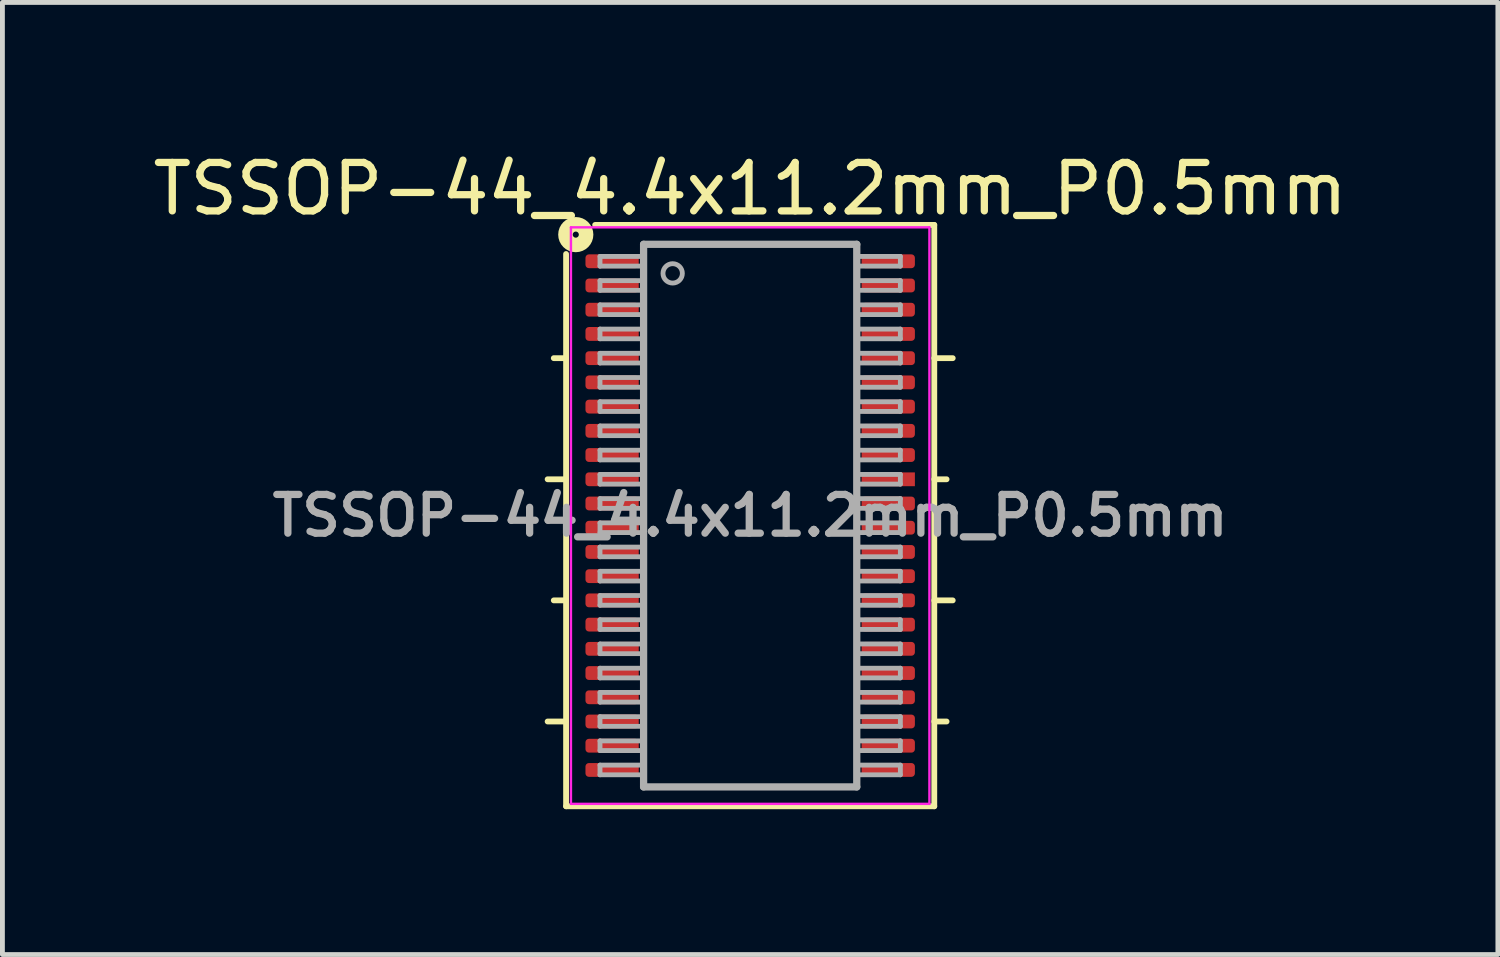
<source format=kicad_pcb>
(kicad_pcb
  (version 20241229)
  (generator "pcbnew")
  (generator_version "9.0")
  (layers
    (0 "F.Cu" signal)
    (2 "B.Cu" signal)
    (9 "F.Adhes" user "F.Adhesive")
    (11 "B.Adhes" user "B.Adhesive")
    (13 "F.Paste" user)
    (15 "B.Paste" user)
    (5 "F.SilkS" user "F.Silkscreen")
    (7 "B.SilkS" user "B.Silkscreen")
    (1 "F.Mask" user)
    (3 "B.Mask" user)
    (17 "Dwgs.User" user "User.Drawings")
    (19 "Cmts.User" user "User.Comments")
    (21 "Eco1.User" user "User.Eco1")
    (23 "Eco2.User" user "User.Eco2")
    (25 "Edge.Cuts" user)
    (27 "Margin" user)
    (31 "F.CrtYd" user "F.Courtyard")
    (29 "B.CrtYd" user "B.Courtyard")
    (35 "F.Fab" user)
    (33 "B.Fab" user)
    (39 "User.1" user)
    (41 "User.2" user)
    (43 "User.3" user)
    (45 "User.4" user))
  (footprint "TSSOP-44_4.4x11.2mm_P0.5mm"
    (layer "F.Cu")
    (at 12.435 7.593)
    (property "Reference" "TSSOP-44_4.4x11.2mm_P0.5mm" (at 0 -6.745 0) (layer "F.SilkS") (effects (font (size 1 1) (thickness 0.15))))
    (attr smd)
    (fp_line (start -4.181 -0.75) (end -3.8 -0.75) (stroke (width 0.12) (type solid)) (layer "F.SilkS"))
    (fp_line (start -4.181 4.25) (end -3.8 4.25) (stroke (width 0.12) (type solid)) (layer "F.SilkS"))
    (fp_line (start -4.054 -3.25) (end -3.8 -3.25) (stroke (width 0.12) (type solid)) (layer "F.SilkS"))
    (fp_line (start -4.054 1.75) (end -3.8 1.75) (stroke (width 0.12) (type solid)) (layer "F.SilkS"))
    (fp_line (start -3.8 -5.4) (end -3.8 6) (stroke (width 0.12) (type solid)) (layer "F.SilkS"))
    (fp_line (start -3.8 6) (end 3.8 6) (stroke (width 0.12) (type solid)) (layer "F.SilkS"))
    (fp_line (start 3.8 -6) (end -3.2 -6) (stroke (width 0.12) (type solid)) (layer "F.SilkS"))
    (fp_line (start 3.8 -3.25) (end 4.181 -3.25) (stroke (width 0.12) (type solid)) (layer "F.SilkS"))
    (fp_line (start 3.8 -0.75) (end 4.054 -0.75) (stroke (width 0.12) (type solid)) (layer "F.SilkS"))
    (fp_line (start 3.8 1.75) (end 4.181 1.75) (stroke (width 0.12) (type solid)) (layer "F.SilkS"))
    (fp_line (start 3.8 4.25) (end 4.054 4.25) (stroke (width 0.12) (type solid)) (layer "F.SilkS"))
    (fp_line (start 3.8 6) (end 3.8 -6) (stroke (width 0.12) (type solid)) (layer "F.SilkS"))
    (fp_circle (center -3.6 -5.8) (end -3.537 -5.8) (stroke (width 0.3) (type solid)) (fill no) (layer "F.SilkS"))
    (fp_line (start -3.7 -5.95) (end -3.7 5.95) (stroke (width 0.05) (type solid)) (layer "F.CrtYd"))
    (fp_line (start -3.7 -5.95) (end 3.7 -5.95) (stroke (width 0.05) (type solid)) (layer "F.CrtYd"))
    (fp_line (start -3.7 5.95) (end 3.7 5.95) (stroke (width 0.05) (type solid)) (layer "F.CrtYd"))
    (fp_line (start 3.7 -5.95) (end 3.7 5.95) (stroke (width 0.05) (type solid)) (layer "F.CrtYd"))
    (fp_line (start -3.1 -5.35) (end -3.1 -5.15) (stroke (width 0.1) (type solid)) (layer "F.Fab"))
    (fp_line (start -3.1 -5.15) (end -2.2 -5.15) (stroke (width 0.1) (type solid)) (layer "F.Fab"))
    (fp_line (start -3.1 -4.85) (end -3.1 -4.65) (stroke (width 0.1) (type solid)) (layer "F.Fab"))
    (fp_line (start -3.1 -4.65) (end -2.2 -4.65) (stroke (width 0.1) (type solid)) (layer "F.Fab"))
    (fp_line (start -3.1 -4.35) (end -3.1 -4.15) (stroke (width 0.1) (type solid)) (layer "F.Fab"))
    (fp_line (start -3.1 -4.15) (end -2.2 -4.15) (stroke (width 0.1) (type solid)) (layer "F.Fab"))
    (fp_line (start -3.1 -3.85) (end -3.1 -3.65) (stroke (width 0.1) (type solid)) (layer "F.Fab"))
    (fp_line (start -3.1 -3.65) (end -2.2 -3.65) (stroke (width 0.1) (type solid)) (layer "F.Fab"))
    (fp_line (start -3.1 -3.35) (end -3.1 -3.15) (stroke (width 0.1) (type solid)) (layer "F.Fab"))
    (fp_line (start -3.1 -3.15) (end -2.2 -3.15) (stroke (width 0.1) (type solid)) (layer "F.Fab"))
    (fp_line (start -3.1 -2.85) (end -3.1 -2.65) (stroke (width 0.1) (type solid)) (layer "F.Fab"))
    (fp_line (start -3.1 -2.65) (end -2.2 -2.65) (stroke (width 0.1) (type solid)) (layer "F.Fab"))
    (fp_line (start -3.1 -2.35) (end -3.1 -2.15) (stroke (width 0.1) (type solid)) (layer "F.Fab"))
    (fp_line (start -3.1 -2.15) (end -2.2 -2.15) (stroke (width 0.1) (type solid)) (layer "F.Fab"))
    (fp_line (start -3.1 -1.85) (end -3.1 -1.65) (stroke (width 0.1) (type solid)) (layer "F.Fab"))
    (fp_line (start -3.1 -1.65) (end -2.2 -1.65) (stroke (width 0.1) (type solid)) (layer "F.Fab"))
    (fp_line (start -3.1 -1.35) (end -3.1 -1.15) (stroke (width 0.1) (type solid)) (layer "F.Fab"))
    (fp_line (start -3.1 -1.15) (end -2.2 -1.15) (stroke (width 0.1) (type solid)) (layer "F.Fab"))
    (fp_line (start -3.1 -0.85) (end -3.1 -0.65) (stroke (width 0.1) (type solid)) (layer "F.Fab"))
    (fp_line (start -3.1 -0.65) (end -2.2 -0.65) (stroke (width 0.1) (type solid)) (layer "F.Fab"))
    (fp_line (start -3.1 -0.35) (end -3.1 -0.15) (stroke (width 0.1) (type solid)) (layer "F.Fab"))
    (fp_line (start -3.1 -0.15) (end -2.2 -0.15) (stroke (width 0.1) (type solid)) (layer "F.Fab"))
    (fp_line (start -3.1 0.15) (end -3.1 0.35) (stroke (width 0.1) (type solid)) (layer "F.Fab"))
    (fp_line (start -3.1 0.35) (end -2.2 0.35) (stroke (width 0.1) (type solid)) (layer "F.Fab"))
    (fp_line (start -3.1 0.65) (end -3.1 0.85) (stroke (width 0.1) (type solid)) (layer "F.Fab"))
    (fp_line (start -3.1 0.85) (end -2.2 0.85) (stroke (width 0.1) (type solid)) (layer "F.Fab"))
    (fp_line (start -3.1 1.15) (end -3.1 1.35) (stroke (width 0.1) (type solid)) (layer "F.Fab"))
    (fp_line (start -3.1 1.35) (end -2.2 1.35) (stroke (width 0.1) (type solid)) (layer "F.Fab"))
    (fp_line (start -3.1 1.65) (end -3.1 1.85) (stroke (width 0.1) (type solid)) (layer "F.Fab"))
    (fp_line (start -3.1 1.85) (end -2.2 1.85) (stroke (width 0.1) (type solid)) (layer "F.Fab"))
    (fp_line (start -3.1 2.15) (end -3.1 2.35) (stroke (width 0.1) (type solid)) (layer "F.Fab"))
    (fp_line (start -3.1 2.35) (end -2.2 2.35) (stroke (width 0.1) (type solid)) (layer "F.Fab"))
    (fp_line (start -3.1 2.65) (end -3.1 2.85) (stroke (width 0.1) (type solid)) (layer "F.Fab"))
    (fp_line (start -3.1 2.85) (end -2.2 2.85) (stroke (width 0.1) (type solid)) (layer "F.Fab"))
    (fp_line (start -3.1 3.15) (end -3.1 3.35) (stroke (width 0.1) (type solid)) (layer "F.Fab"))
    (fp_line (start -3.1 3.35) (end -2.2 3.35) (stroke (width 0.1) (type solid)) (layer "F.Fab"))
    (fp_line (start -3.1 3.65) (end -3.1 3.85) (stroke (width 0.1) (type solid)) (layer "F.Fab"))
    (fp_line (start -3.1 3.85) (end -2.2 3.85) (stroke (width 0.1) (type solid)) (layer "F.Fab"))
    (fp_line (start -3.1 4.15) (end -3.1 4.35) (stroke (width 0.1) (type solid)) (layer "F.Fab"))
    (fp_line (start -3.1 4.35) (end -2.2 4.35) (stroke (width 0.1) (type solid)) (layer "F.Fab"))
    (fp_line (start -3.1 4.65) (end -3.1 4.85) (stroke (width 0.1) (type solid)) (layer "F.Fab"))
    (fp_line (start -3.1 4.85) (end -2.2 4.85) (stroke (width 0.1) (type solid)) (layer "F.Fab"))
    (fp_line (start -3.1 5.15) (end -3.1 5.35) (stroke (width 0.1) (type solid)) (layer "F.Fab"))
    (fp_line (start -3.1 5.35) (end -2.2 5.35) (stroke (width 0.1) (type solid)) (layer "F.Fab"))
    (fp_line (start -2.2 -5.6) (end 2.2 -5.6) (stroke (width 0.15) (type solid)) (layer "F.Fab"))
    (fp_line (start -2.2 -5.35) (end -3.1 -5.35) (stroke (width 0.1) (type solid)) (layer "F.Fab"))
    (fp_line (start -2.2 -4.85) (end -3.1 -4.85) (stroke (width 0.1) (type solid)) (layer "F.Fab"))
    (fp_line (start -2.2 -4.35) (end -3.1 -4.35) (stroke (width 0.1) (type solid)) (layer "F.Fab"))
    (fp_line (start -2.2 -3.85) (end -3.1 -3.85) (stroke (width 0.1) (type solid)) (layer "F.Fab"))
    (fp_line (start -2.2 -3.35) (end -3.1 -3.35) (stroke (width 0.1) (type solid)) (layer "F.Fab"))
    (fp_line (start -2.2 -2.85) (end -3.1 -2.85) (stroke (width 0.1) (type solid)) (layer "F.Fab"))
    (fp_line (start -2.2 -2.35) (end -3.1 -2.35) (stroke (width 0.1) (type solid)) (layer "F.Fab"))
    (fp_line (start -2.2 -1.85) (end -3.1 -1.85) (stroke (width 0.1) (type solid)) (layer "F.Fab"))
    (fp_line (start -2.2 -1.35) (end -3.1 -1.35) (stroke (width 0.1) (type solid)) (layer "F.Fab"))
    (fp_line (start -2.2 -0.85) (end -3.1 -0.85) (stroke (width 0.1) (type solid)) (layer "F.Fab"))
    (fp_line (start -2.2 -0.35) (end -3.1 -0.35) (stroke (width 0.1) (type solid)) (layer "F.Fab"))
    (fp_line (start -2.2 0.15) (end -3.1 0.15) (stroke (width 0.1) (type solid)) (layer "F.Fab"))
    (fp_line (start -2.2 0.65) (end -3.1 0.65) (stroke (width 0.1) (type solid)) (layer "F.Fab"))
    (fp_line (start -2.2 1.15) (end -3.1 1.15) (stroke (width 0.1) (type solid)) (layer "F.Fab"))
    (fp_line (start -2.2 1.65) (end -3.1 1.65) (stroke (width 0.1) (type solid)) (layer "F.Fab"))
    (fp_line (start -2.2 2.15) (end -3.1 2.15) (stroke (width 0.1) (type solid)) (layer "F.Fab"))
    (fp_line (start -2.2 2.65) (end -3.1 2.65) (stroke (width 0.1) (type solid)) (layer "F.Fab"))
    (fp_line (start -2.2 3.15) (end -3.1 3.15) (stroke (width 0.1) (type solid)) (layer "F.Fab"))
    (fp_line (start -2.2 3.65) (end -3.1 3.65) (stroke (width 0.1) (type solid)) (layer "F.Fab"))
    (fp_line (start -2.2 4.15) (end -3.1 4.15) (stroke (width 0.1) (type solid)) (layer "F.Fab"))
    (fp_line (start -2.2 4.65) (end -3.1 4.65) (stroke (width 0.1) (type solid)) (layer "F.Fab"))
    (fp_line (start -2.2 5.15) (end -3.1 5.15) (stroke (width 0.1) (type solid)) (layer "F.Fab"))
    (fp_line (start -2.2 5.6) (end -2.2 -5.6) (stroke (width 0.15) (type solid)) (layer "F.Fab"))
    (fp_line (start 2.2 -5.6) (end 2.2 5.6) (stroke (width 0.15) (type solid)) (layer "F.Fab"))
    (fp_line (start 2.2 -5.15) (end 3.1 -5.15) (stroke (width 0.1) (type solid)) (layer "F.Fab"))
    (fp_line (start 2.2 -4.65) (end 3.1 -4.65) (stroke (width 0.1) (type solid)) (layer "F.Fab"))
    (fp_line (start 2.2 -4.15) (end 3.1 -4.15) (stroke (width 0.1) (type solid)) (layer "F.Fab"))
    (fp_line (start 2.2 -3.65) (end 3.1 -3.65) (stroke (width 0.1) (type solid)) (layer "F.Fab"))
    (fp_line (start 2.2 -3.15) (end 3.1 -3.15) (stroke (width 0.1) (type solid)) (layer "F.Fab"))
    (fp_line (start 2.2 -2.65) (end 3.1 -2.65) (stroke (width 0.1) (type solid)) (layer "F.Fab"))
    (fp_line (start 2.2 -2.15) (end 3.1 -2.15) (stroke (width 0.1) (type solid)) (layer "F.Fab"))
    (fp_line (start 2.2 -1.65) (end 3.1 -1.65) (stroke (width 0.1) (type solid)) (layer "F.Fab"))
    (fp_line (start 2.2 -1.15) (end 3.1 -1.15) (stroke (width 0.1) (type solid)) (layer "F.Fab"))
    (fp_line (start 2.2 -0.65) (end 3.1 -0.65) (stroke (width 0.1) (type solid)) (layer "F.Fab"))
    (fp_line (start 2.2 -0.15) (end 3.1 -0.15) (stroke (width 0.1) (type solid)) (layer "F.Fab"))
    (fp_line (start 2.2 0.35) (end 3.1 0.35) (stroke (width 0.1) (type solid)) (layer "F.Fab"))
    (fp_line (start 2.2 0.85) (end 3.1 0.85) (stroke (width 0.1) (type solid)) (layer "F.Fab"))
    (fp_line (start 2.2 1.35) (end 3.1 1.35) (stroke (width 0.1) (type solid)) (layer "F.Fab"))
    (fp_line (start 2.2 1.85) (end 3.1 1.85) (stroke (width 0.1) (type solid)) (layer "F.Fab"))
    (fp_line (start 2.2 2.35) (end 3.1 2.35) (stroke (width 0.1) (type solid)) (layer "F.Fab"))
    (fp_line (start 2.2 2.85) (end 3.1 2.85) (stroke (width 0.1) (type solid)) (layer "F.Fab"))
    (fp_line (start 2.2 3.35) (end 3.1 3.35) (stroke (width 0.1) (type solid)) (layer "F.Fab"))
    (fp_line (start 2.2 3.85) (end 3.1 3.85) (stroke (width 0.1) (type solid)) (layer "F.Fab"))
    (fp_line (start 2.2 4.35) (end 3.1 4.35) (stroke (width 0.1) (type solid)) (layer "F.Fab"))
    (fp_line (start 2.2 4.85) (end 3.1 4.85) (stroke (width 0.1) (type solid)) (layer "F.Fab"))
    (fp_line (start 2.2 5.35) (end 3.1 5.35) (stroke (width 0.1) (type solid)) (layer "F.Fab"))
    (fp_line (start 2.2 5.6) (end -2.2 5.6) (stroke (width 0.15) (type solid)) (layer "F.Fab"))
    (fp_line (start 3.1 -5.35) (end 2.2 -5.35) (stroke (width 0.1) (type solid)) (layer "F.Fab"))
    (fp_line (start 3.1 -5.15) (end 3.1 -5.35) (stroke (width 0.1) (type solid)) (layer "F.Fab"))
    (fp_line (start 3.1 -4.85) (end 2.2 -4.85) (stroke (width 0.1) (type solid)) (layer "F.Fab"))
    (fp_line (start 3.1 -4.65) (end 3.1 -4.85) (stroke (width 0.1) (type solid)) (layer "F.Fab"))
    (fp_line (start 3.1 -4.35) (end 2.2 -4.35) (stroke (width 0.1) (type solid)) (layer "F.Fab"))
    (fp_line (start 3.1 -4.15) (end 3.1 -4.35) (stroke (width 0.1) (type solid)) (layer "F.Fab"))
    (fp_line (start 3.1 -3.85) (end 2.2 -3.85) (stroke (width 0.1) (type solid)) (layer "F.Fab"))
    (fp_line (start 3.1 -3.65) (end 3.1 -3.85) (stroke (width 0.1) (type solid)) (layer "F.Fab"))
    (fp_line (start 3.1 -3.35) (end 2.2 -3.35) (stroke (width 0.1) (type solid)) (layer "F.Fab"))
    (fp_line (start 3.1 -3.15) (end 3.1 -3.35) (stroke (width 0.1) (type solid)) (layer "F.Fab"))
    (fp_line (start 3.1 -2.85) (end 2.2 -2.85) (stroke (width 0.1) (type solid)) (layer "F.Fab"))
    (fp_line (start 3.1 -2.65) (end 3.1 -2.85) (stroke (width 0.1) (type solid)) (layer "F.Fab"))
    (fp_line (start 3.1 -2.35) (end 2.2 -2.35) (stroke (width 0.1) (type solid)) (layer "F.Fab"))
    (fp_line (start 3.1 -2.15) (end 3.1 -2.35) (stroke (width 0.1) (type solid)) (layer "F.Fab"))
    (fp_line (start 3.1 -1.85) (end 2.2 -1.85) (stroke (width 0.1) (type solid)) (layer "F.Fab"))
    (fp_line (start 3.1 -1.65) (end 3.1 -1.85) (stroke (width 0.1) (type solid)) (layer "F.Fab"))
    (fp_line (start 3.1 -1.35) (end 2.2 -1.35) (stroke (width 0.1) (type solid)) (layer "F.Fab"))
    (fp_line (start 3.1 -1.15) (end 3.1 -1.35) (stroke (width 0.1) (type solid)) (layer "F.Fab"))
    (fp_line (start 3.1 -0.85) (end 2.2 -0.85) (stroke (width 0.1) (type solid)) (layer "F.Fab"))
    (fp_line (start 3.1 -0.65) (end 3.1 -0.85) (stroke (width 0.1) (type solid)) (layer "F.Fab"))
    (fp_line (start 3.1 -0.35) (end 2.2 -0.35) (stroke (width 0.1) (type solid)) (layer "F.Fab"))
    (fp_line (start 3.1 -0.15) (end 3.1 -0.35) (stroke (width 0.1) (type solid)) (layer "F.Fab"))
    (fp_line (start 3.1 0.15) (end 2.2 0.15) (stroke (width 0.1) (type solid)) (layer "F.Fab"))
    (fp_line (start 3.1 0.35) (end 3.1 0.15) (stroke (width 0.1) (type solid)) (layer "F.Fab"))
    (fp_line (start 3.1 0.65) (end 2.2 0.65) (stroke (width 0.1) (type solid)) (layer "F.Fab"))
    (fp_line (start 3.1 0.85) (end 3.1 0.65) (stroke (width 0.1) (type solid)) (layer "F.Fab"))
    (fp_line (start 3.1 1.15) (end 2.2 1.15) (stroke (width 0.1) (type solid)) (layer "F.Fab"))
    (fp_line (start 3.1 1.35) (end 3.1 1.15) (stroke (width 0.1) (type solid)) (layer "F.Fab"))
    (fp_line (start 3.1 1.65) (end 2.2 1.65) (stroke (width 0.1) (type solid)) (layer "F.Fab"))
    (fp_line (start 3.1 1.85) (end 3.1 1.65) (stroke (width 0.1) (type solid)) (layer "F.Fab"))
    (fp_line (start 3.1 2.15) (end 2.2 2.15) (stroke (width 0.1) (type solid)) (layer "F.Fab"))
    (fp_line (start 3.1 2.35) (end 3.1 2.15) (stroke (width 0.1) (type solid)) (layer "F.Fab"))
    (fp_line (start 3.1 2.65) (end 2.2 2.65) (stroke (width 0.1) (type solid)) (layer "F.Fab"))
    (fp_line (start 3.1 2.85) (end 3.1 2.65) (stroke (width 0.1) (type solid)) (layer "F.Fab"))
    (fp_line (start 3.1 3.15) (end 2.2 3.15) (stroke (width 0.1) (type solid)) (layer "F.Fab"))
    (fp_line (start 3.1 3.35) (end 3.1 3.15) (stroke (width 0.1) (type solid)) (layer "F.Fab"))
    (fp_line (start 3.1 3.65) (end 2.2 3.65) (stroke (width 0.1) (type solid)) (layer "F.Fab"))
    (fp_line (start 3.1 3.85) (end 3.1 3.65) (stroke (width 0.1) (type solid)) (layer "F.Fab"))
    (fp_line (start 3.1 4.15) (end 2.2 4.15) (stroke (width 0.1) (type solid)) (layer "F.Fab"))
    (fp_line (start 3.1 4.35) (end 3.1 4.15) (stroke (width 0.1) (type solid)) (layer "F.Fab"))
    (fp_line (start 3.1 4.65) (end 2.2 4.65) (stroke (width 0.1) (type solid)) (layer "F.Fab"))
    (fp_line (start 3.1 4.85) (end 3.1 4.65) (stroke (width 0.1) (type solid)) (layer "F.Fab"))
    (fp_line (start 3.1 5.15) (end 2.2 5.15) (stroke (width 0.1) (type solid)) (layer "F.Fab"))
    (fp_line (start 3.1 5.35) (end 3.1 5.15) (stroke (width 0.1) (type solid)) (layer "F.Fab"))
    (fp_circle (center -1.6 -5) (end -1.4 -5) (stroke (width 0.1) (type solid)) (fill no) (layer "F.Fab"))
    (fp_text user "${REFERENCE}" (at 0 0 0) (layer "F.Fab") (effects (font (size 0.8 0.8) (thickness 0.15))))
    (pad "1" smd roundrect (at -2.85 -5.25) (size 1.1 0.285) (layers "F.Cu" "F.Mask" "F.Paste") (roundrect_rratio 0.25))
    (pad "2" smd roundrect (at -2.85 -4.75) (size 1.1 0.285) (layers "F.Cu" "F.Mask" "F.Paste") (roundrect_rratio 0.25))
    (pad "3" smd roundrect (at -2.85 -4.25) (size 1.1 0.285) (layers "F.Cu" "F.Mask" "F.Paste") (roundrect_rratio 0.25))
    (pad "4" smd roundrect (at -2.85 -3.75) (size 1.1 0.285) (layers "F.Cu" "F.Mask" "F.Paste") (roundrect_rratio 0.25))
    (pad "5" smd roundrect (at -2.85 -3.25) (size 1.1 0.285) (layers "F.Cu" "F.Mask" "F.Paste") (roundrect_rratio 0.25))
    (pad "6" smd roundrect (at -2.85 -2.75) (size 1.1 0.285) (layers "F.Cu" "F.Mask" "F.Paste") (roundrect_rratio 0.25))
    (pad "7" smd roundrect (at -2.85 -2.25) (size 1.1 0.285) (layers "F.Cu" "F.Mask" "F.Paste") (roundrect_rratio 0.25))
    (pad "8" smd roundrect (at -2.85 -1.75) (size 1.1 0.285) (layers "F.Cu" "F.Mask" "F.Paste") (roundrect_rratio 0.25))
    (pad "9" smd roundrect (at -2.85 -1.25) (size 1.1 0.285) (layers "F.Cu" "F.Mask" "F.Paste") (roundrect_rratio 0.25))
    (pad "10" smd roundrect (at -2.85 -0.75) (size 1.1 0.285) (layers "F.Cu" "F.Mask" "F.Paste") (roundrect_rratio 0.25))
    (pad "11" smd roundrect (at -2.85 -0.25) (size 1.1 0.285) (layers "F.Cu" "F.Mask" "F.Paste") (roundrect_rratio 0.25))
    (pad "12" smd roundrect (at -2.85 0.25) (size 1.1 0.285) (layers "F.Cu" "F.Mask" "F.Paste") (roundrect_rratio 0.25))
    (pad "13" smd roundrect (at -2.85 0.75) (size 1.1 0.285) (layers "F.Cu" "F.Mask" "F.Paste") (roundrect_rratio 0.25))
    (pad "14" smd roundrect (at -2.85 1.25) (size 1.1 0.285) (layers "F.Cu" "F.Mask" "F.Paste") (roundrect_rratio 0.25))
    (pad "15" smd roundrect (at -2.85 1.75) (size 1.1 0.285) (layers "F.Cu" "F.Mask" "F.Paste") (roundrect_rratio 0.25))
    (pad "16" smd roundrect (at -2.85 2.25) (size 1.1 0.285) (layers "F.Cu" "F.Mask" "F.Paste") (roundrect_rratio 0.25))
    (pad "17" smd roundrect (at -2.85 2.75) (size 1.1 0.285) (layers "F.Cu" "F.Mask" "F.Paste") (roundrect_rratio 0.25))
    (pad "18" smd roundrect (at -2.85 3.25) (size 1.1 0.285) (layers "F.Cu" "F.Mask" "F.Paste") (roundrect_rratio 0.25))
    (pad "19" smd roundrect (at -2.85 3.75) (size 1.1 0.285) (layers "F.Cu" "F.Mask" "F.Paste") (roundrect_rratio 0.25))
    (pad "20" smd roundrect (at -2.85 4.25) (size 1.1 0.285) (layers "F.Cu" "F.Mask" "F.Paste") (roundrect_rratio 0.25))
    (pad "21" smd roundrect (at -2.85 4.75) (size 1.1 0.285) (layers "F.Cu" "F.Mask" "F.Paste") (roundrect_rratio 0.25))
    (pad "22" smd roundrect (at -2.85 5.25) (size 1.1 0.285) (layers "F.Cu" "F.Mask" "F.Paste") (roundrect_rratio 0.25))
    (pad "23" smd roundrect (at 2.85 5.25) (size 1.1 0.285) (layers "F.Cu" "F.Mask" "F.Paste") (roundrect_rratio 0.25))
    (pad "24" smd roundrect (at 2.85 4.75) (size 1.1 0.285) (layers "F.Cu" "F.Mask" "F.Paste") (roundrect_rratio 0.25))
    (pad "25" smd roundrect (at 2.85 4.25) (size 1.1 0.285) (layers "F.Cu" "F.Mask" "F.Paste") (roundrect_rratio 0.25))
    (pad "26" smd roundrect (at 2.85 3.75) (size 1.1 0.285) (layers "F.Cu" "F.Mask" "F.Paste") (roundrect_rratio 0.25))
    (pad "27" smd roundrect (at 2.85 3.25) (size 1.1 0.285) (layers "F.Cu" "F.Mask" "F.Paste") (roundrect_rratio 0.25))
    (pad "28" smd roundrect (at 2.85 2.75) (size 1.1 0.285) (layers "F.Cu" "F.Mask" "F.Paste") (roundrect_rratio 0.25))
    (pad "29" smd roundrect (at 2.85 2.25) (size 1.1 0.285) (layers "F.Cu" "F.Mask" "F.Paste") (roundrect_rratio 0.25))
    (pad "30" smd roundrect (at 2.85 1.75) (size 1.1 0.285) (layers "F.Cu" "F.Mask" "F.Paste") (roundrect_rratio 0.25))
    (pad "31" smd roundrect (at 2.85 1.25) (size 1.1 0.285) (layers "F.Cu" "F.Mask" "F.Paste") (roundrect_rratio 0.25))
    (pad "32" smd roundrect (at 2.85 0.75) (size 1.1 0.285) (layers "F.Cu" "F.Mask" "F.Paste") (roundrect_rratio 0.25))
    (pad "33" smd roundrect (at 2.85 0.25) (size 1.1 0.285) (layers "F.Cu" "F.Mask" "F.Paste") (roundrect_rratio 0.25))
    (pad "34" smd roundrect (at 2.85 -0.25) (size 1.1 0.285) (layers "F.Cu" "F.Mask" "F.Paste") (roundrect_rratio 0.25))
    (pad "35" smd roundrect (at 2.85 -0.75) (size 1.1 0.285) (layers "F.Cu" "F.Mask" "F.Paste") (roundrect_rratio 0) (chamfer_ratio 0.2) (chamfer top_left))
    (pad "36" smd roundrect (at 2.85 -1.25) (size 1.1 0.285) (layers "F.Cu" "F.Mask" "F.Paste") (roundrect_rratio 0.25))
    (pad "37" smd roundrect (at 2.85 -1.75) (size 1.1 0.285) (layers "F.Cu" "F.Mask" "F.Paste") (roundrect_rratio 0.25))
    (pad "38" smd roundrect (at 2.85 -2.25) (size 1.1 0.285) (layers "F.Cu" "F.Mask" "F.Paste") (roundrect_rratio 0.25))
    (pad "39" smd roundrect (at 2.85 -2.75) (size 1.1 0.285) (layers "F.Cu" "F.Mask" "F.Paste") (roundrect_rratio 0.25))
    (pad "40" smd roundrect (at 2.85 -3.25) (size 1.1 0.285) (layers "F.Cu" "F.Mask" "F.Paste") (roundrect_rratio 0.25))
    (pad "41" smd roundrect (at 2.85 -3.75) (size 1.1 0.285) (layers "F.Cu" "F.Mask" "F.Paste") (roundrect_rratio 0.25))
    (pad "42" smd roundrect (at 2.85 -4.25) (size 1.1 0.285) (layers "F.Cu" "F.Mask" "F.Paste") (roundrect_rratio 0.25))
    (pad "43" smd roundrect (at 2.85 -4.75) (size 1.1 0.285) (layers "F.Cu" "F.Mask" "F.Paste") (roundrect_rratio 0.25))
    (pad "44" smd roundrect (at 2.85 -5.25) (size 1.1 0.285) (layers "F.Cu" "F.Mask" "F.Paste") (roundrect_rratio 0.25)))
  (gr_rect
    (start -3 -3)
    (end 27.869 16.653)
    (stroke (width 0.1) (type default))
    (fill no)
    (layer "Edge.Cuts")))
</source>
